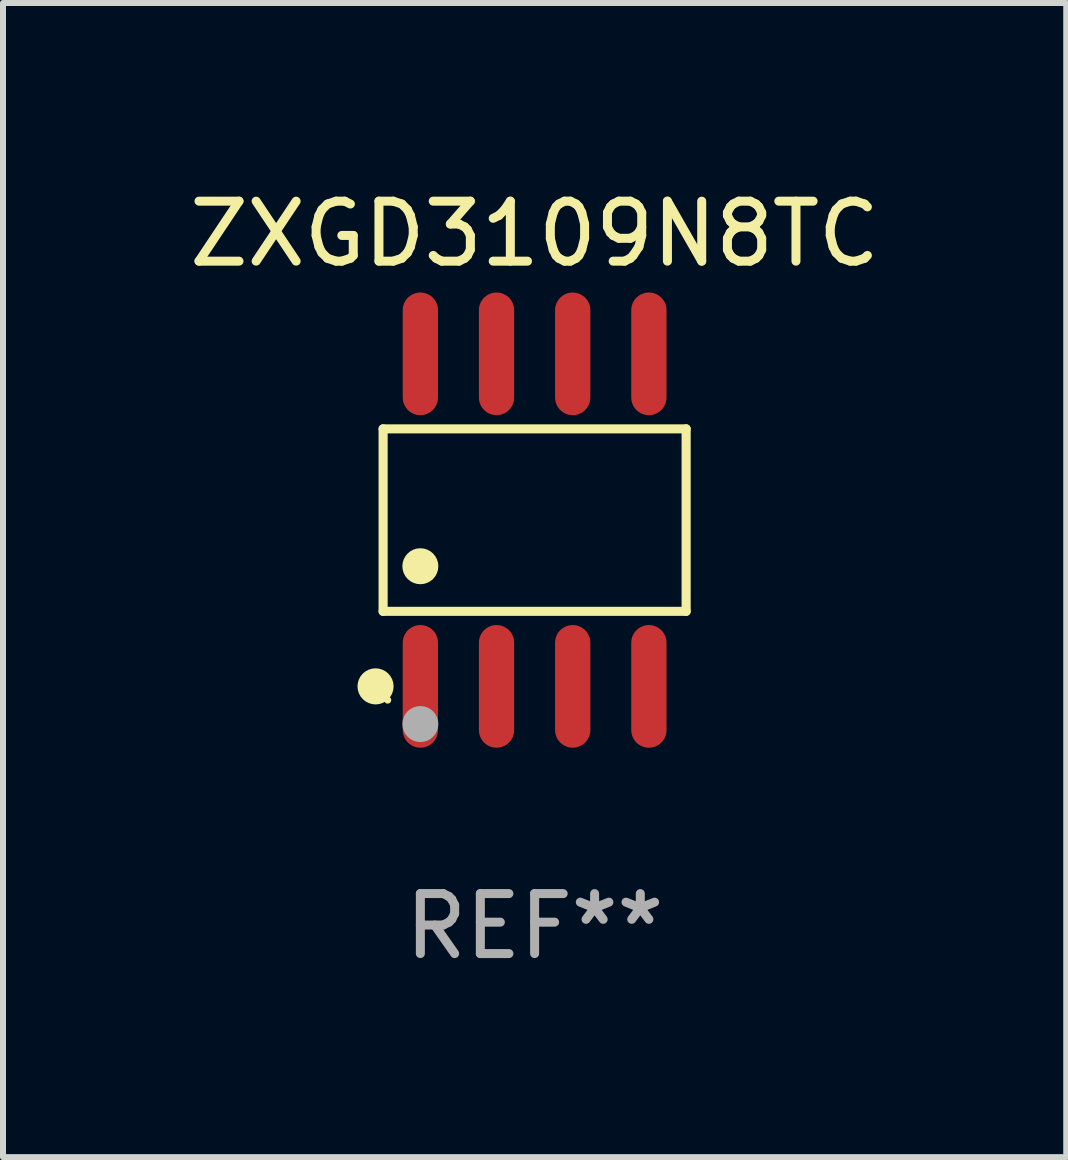
<source format=kicad_pcb>
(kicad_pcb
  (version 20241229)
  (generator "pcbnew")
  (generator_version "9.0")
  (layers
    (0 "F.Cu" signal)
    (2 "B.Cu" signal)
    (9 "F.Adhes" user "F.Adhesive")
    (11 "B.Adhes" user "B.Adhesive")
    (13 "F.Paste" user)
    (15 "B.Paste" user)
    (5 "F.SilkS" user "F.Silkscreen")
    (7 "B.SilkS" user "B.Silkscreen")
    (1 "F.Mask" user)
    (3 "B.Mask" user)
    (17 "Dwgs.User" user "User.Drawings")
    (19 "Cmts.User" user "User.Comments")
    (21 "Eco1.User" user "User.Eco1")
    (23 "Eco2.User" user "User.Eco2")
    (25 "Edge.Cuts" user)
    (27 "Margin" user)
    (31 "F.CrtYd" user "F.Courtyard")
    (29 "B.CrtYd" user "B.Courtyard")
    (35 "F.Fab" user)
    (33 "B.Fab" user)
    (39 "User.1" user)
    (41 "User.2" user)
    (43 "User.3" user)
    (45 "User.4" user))
  (footprint "ZXGD3109N8TC"
    (layer "F.Cu")
    (at 5.863 5.621)
    (property "Reference" "ZXGD3109N8TC" (at 0 -4.772 0) (layer "F.SilkS") (effects (font (size 1 1) (thickness 0.15))))
    (attr through_hole)
    (fp_line (start -2.526 -1.521) (end 2.526 -1.521) (stroke (width 0.152) (type solid)) (layer "F.SilkS"))
    (fp_line (start -2.526 1.521) (end -2.526 -1.521) (stroke (width 0.152) (type solid)) (layer "F.SilkS"))
    (fp_line (start 2.526 -1.521) (end 2.526 1.521) (stroke (width 0.152) (type solid)) (layer "F.SilkS"))
    (fp_line (start 2.526 1.521) (end -2.526 1.521) (stroke (width 0.152) (type solid)) (layer "F.SilkS"))
    (fp_circle (center -2.652 2.772) (end -2.501 2.772) (stroke (width 0.3) (type solid)) (fill no) (layer "F.SilkS"))
    (fp_circle (center -2.45 3) (end -2.42 3) (stroke (width 0.06) (type solid)) (fill no) (layer "F.SilkS"))
    (fp_circle (center -1.905 0.769) (end -1.755 0.769) (stroke (width 0.3) (type solid)) (fill no) (layer "F.SilkS"))
    (fp_circle (center -1.905 3.4) (end -1.755 3.4) (stroke (width 0.3) (type solid)) (fill no) (layer "F.Fab"))
    (fp_text user "REF**" (at 0 6.772 0) (layer "F.Fab") (effects (font (size 1 1) (thickness 0.15))))
    (pad "1" smd oval (at -1.905 2.772) (size 0.588 2.045) (layers "F.Cu" "F.Mask" "F.Paste"))
    (pad "2" smd oval (at -0.635 2.772) (size 0.588 2.045) (layers "F.Cu" "F.Mask" "F.Paste"))
    (pad "3" smd oval (at 0.635 2.772) (size 0.588 2.045) (layers "F.Cu" "F.Mask" "F.Paste"))
    (pad "4" smd oval (at 1.905 2.772) (size 0.588 2.045) (layers "F.Cu" "F.Mask" "F.Paste"))
    (pad "5" smd oval (at 1.905 -2.772) (size 0.588 2.045) (layers "F.Cu" "F.Mask" "F.Paste"))
    (pad "6" smd oval (at 0.635 -2.772) (size 0.588 2.045) (layers "F.Cu" "F.Mask" "F.Paste"))
    (pad "7" smd oval (at -0.635 -2.772) (size 0.588 2.045) (layers "F.Cu" "F.Mask" "F.Paste"))
    (pad "8" smd oval (at -1.905 -2.772) (size 0.588 2.045) (layers "F.Cu" "F.Mask" "F.Paste")))
  (gr_rect
    (start -3 -3)
    (end 14.726 16.241)
    (stroke (width 0.1) (type default))
    (fill no)
    (layer "Edge.Cuts")))
</source>
